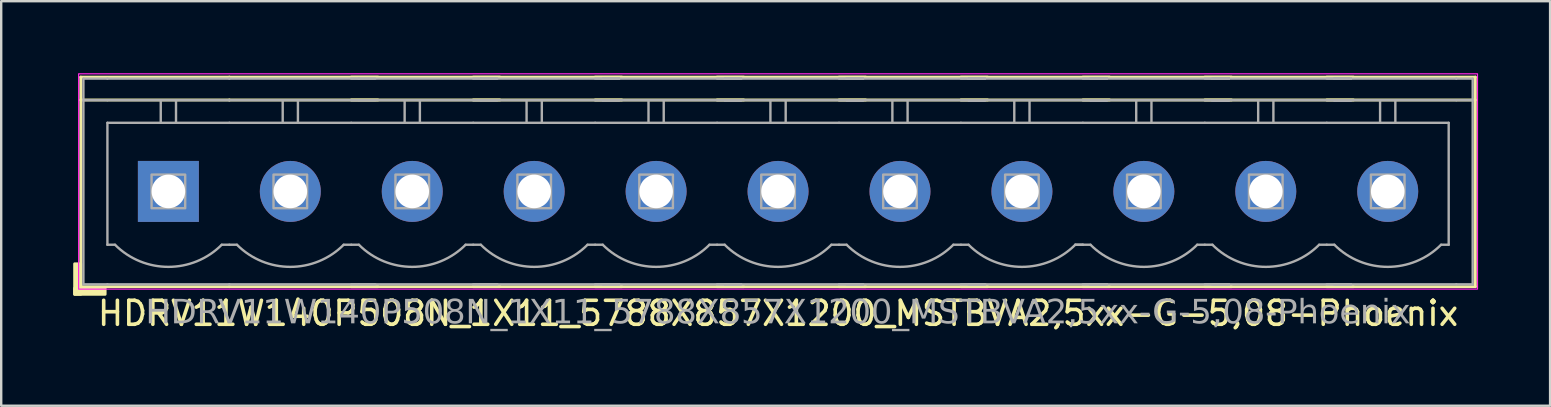
<source format=kicad_pcb>
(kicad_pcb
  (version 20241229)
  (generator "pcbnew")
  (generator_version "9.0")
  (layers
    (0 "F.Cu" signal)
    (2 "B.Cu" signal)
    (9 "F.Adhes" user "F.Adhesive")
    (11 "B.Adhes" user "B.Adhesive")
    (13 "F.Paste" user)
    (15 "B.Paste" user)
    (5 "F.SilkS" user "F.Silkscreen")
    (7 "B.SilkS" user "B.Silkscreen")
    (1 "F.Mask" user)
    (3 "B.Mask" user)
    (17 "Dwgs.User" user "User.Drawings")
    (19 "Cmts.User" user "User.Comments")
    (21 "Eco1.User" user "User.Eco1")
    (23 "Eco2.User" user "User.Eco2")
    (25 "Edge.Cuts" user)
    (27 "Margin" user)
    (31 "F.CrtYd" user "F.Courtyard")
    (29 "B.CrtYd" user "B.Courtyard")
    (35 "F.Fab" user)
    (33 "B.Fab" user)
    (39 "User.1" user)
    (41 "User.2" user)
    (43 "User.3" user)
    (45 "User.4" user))
  (footprint "HDRV11W140P508N_1X11_5788X857X1200_MSTBVA2,5xx-G-5,08-Phoenix"
    (layer "F.Cu")
    (at 29.365 4.925)
    (property "Reference" "HDRV11W140P508N_1X11_5788X857X1200_MSTBVA2,5xx-G-5,08-Phoenix" (at 0 5.08 0) (layer "F.SilkS") (effects (font (size 1 1) (thickness 0.15))))
    (attr through_hole)
    (fp_line (start -29.051 -4.763) (end -29.051 3.969) (stroke (width 0.12) (type solid)) (layer "F.SilkS"))
    (fp_line (start -29.051 -4.763) (end -22.86 -4.763) (stroke (width 0.12) (type solid)) (layer "F.SilkS"))
    (fp_line (start -29.051 -3.81) (end -22.86 -3.81) (stroke (width 0.12) (type solid)) (layer "F.SilkS"))
    (fp_line (start -29.051 3.969) (end -22.86 3.969) (stroke (width 0.12) (type solid)) (layer "F.SilkS"))
    (fp_line (start -16.669 -4.763) (end -22.86 -4.763) (stroke (width 0.12) (type solid)) (layer "F.SilkS"))
    (fp_line (start -16.669 -3.81) (end -22.86 -3.81) (stroke (width 0.12) (type solid)) (layer "F.SilkS"))
    (fp_line (start -16.669 3.969) (end -22.86 3.969) (stroke (width 0.12) (type solid)) (layer "F.SilkS"))
    (fp_line (start -11.589 -4.763) (end -17.78 -4.763) (stroke (width 0.12) (type solid)) (layer "F.SilkS"))
    (fp_line (start -11.589 -3.81) (end -17.78 -3.81) (stroke (width 0.12) (type solid)) (layer "F.SilkS"))
    (fp_line (start -11.589 3.969) (end -17.78 3.969) (stroke (width 0.12) (type solid)) (layer "F.SilkS"))
    (fp_line (start -6.509 -4.763) (end -12.7 -4.763) (stroke (width 0.12) (type solid)) (layer "F.SilkS"))
    (fp_line (start -6.509 -3.81) (end -12.7 -3.81) (stroke (width 0.12) (type solid)) (layer "F.SilkS"))
    (fp_line (start -6.509 3.969) (end -12.7 3.969) (stroke (width 0.12) (type solid)) (layer "F.SilkS"))
    (fp_line (start -1.429 -4.763) (end -7.62 -4.763) (stroke (width 0.12) (type solid)) (layer "F.SilkS"))
    (fp_line (start -1.429 -3.81) (end -7.62 -3.81) (stroke (width 0.12) (type solid)) (layer "F.SilkS"))
    (fp_line (start -1.429 3.969) (end -7.62 3.969) (stroke (width 0.12) (type solid)) (layer "F.SilkS"))
    (fp_line (start 3.651 -4.763) (end -2.54 -4.763) (stroke (width 0.12) (type solid)) (layer "F.SilkS"))
    (fp_line (start 3.651 -3.81) (end -2.54 -3.81) (stroke (width 0.12) (type solid)) (layer "F.SilkS"))
    (fp_line (start 3.651 3.969) (end -2.54 3.969) (stroke (width 0.12) (type solid)) (layer "F.SilkS"))
    (fp_line (start 8.731 -4.763) (end 2.54 -4.763) (stroke (width 0.12) (type solid)) (layer "F.SilkS"))
    (fp_line (start 8.731 -3.81) (end 2.54 -3.81) (stroke (width 0.12) (type solid)) (layer "F.SilkS"))
    (fp_line (start 8.731 3.969) (end 2.54 3.969) (stroke (width 0.12) (type solid)) (layer "F.SilkS"))
    (fp_line (start 13.811 -4.763) (end 7.62 -4.763) (stroke (width 0.12) (type solid)) (layer "F.SilkS"))
    (fp_line (start 13.811 -3.81) (end 7.62 -3.81) (stroke (width 0.12) (type solid)) (layer "F.SilkS"))
    (fp_line (start 13.811 3.969) (end 7.62 3.969) (stroke (width 0.12) (type solid)) (layer "F.SilkS"))
    (fp_line (start 18.891 -4.763) (end 12.7 -4.763) (stroke (width 0.12) (type solid)) (layer "F.SilkS"))
    (fp_line (start 18.891 -3.81) (end 12.7 -3.81) (stroke (width 0.12) (type solid)) (layer "F.SilkS"))
    (fp_line (start 18.891 3.969) (end 12.7 3.969) (stroke (width 0.12) (type solid)) (layer "F.SilkS"))
    (fp_line (start 23.971 -4.763) (end 17.78 -4.763) (stroke (width 0.12) (type solid)) (layer "F.SilkS"))
    (fp_line (start 23.971 -3.81) (end 17.78 -3.81) (stroke (width 0.12) (type solid)) (layer "F.SilkS"))
    (fp_line (start 23.971 3.969) (end 17.78 3.969) (stroke (width 0.12) (type solid)) (layer "F.SilkS"))
    (fp_line (start 29.051 -4.763) (end 22.86 -4.763) (stroke (width 0.12) (type solid)) (layer "F.SilkS"))
    (fp_line (start 29.051 -4.763) (end 29.051 3.969) (stroke (width 0.12) (type solid)) (layer "F.SilkS"))
    (fp_line (start 29.051 -3.81) (end 22.86 -3.81) (stroke (width 0.12) (type solid)) (layer "F.SilkS"))
    (fp_line (start 29.051 3.969) (end 22.86 3.969) (stroke (width 0.12) (type solid)) (layer "F.SilkS"))
    (fp_rect (start -29.051 3.016) (end -29.305 4.286) (stroke (width 0.12) (type solid)) (fill yes) (layer "F.SilkS"))
    (fp_rect (start -28.035 4.286) (end -29.305 4.032) (stroke (width 0.12) (type solid)) (fill yes) (layer "F.SilkS"))
    (fp_rect (start -29.14 -4.9) (end 29.14 4.07) (stroke (width 0.05) (type default)) (fill no) (layer "F.CrtYd"))
    (fp_line (start -28.94 -4.7) (end -28.94 3.87) (stroke (width 0.1) (type solid)) (layer "F.Fab"))
    (fp_line (start -28.94 -3.8) (end -27.94 -3.8) (stroke (width 0.1) (type solid)) (layer "F.Fab"))
    (fp_line (start -27.94 -4.7) (end -28.94 -4.7) (stroke (width 0.1) (type solid)) (layer "F.Fab"))
    (fp_line (start -27.94 -4.7) (end -22.86 -4.7) (stroke (width 0.1) (type solid)) (layer "F.Fab"))
    (fp_line (start -27.94 -2.858) (end -22.86 -2.858) (stroke (width 0.1) (type default)) (layer "F.Fab"))
    (fp_line (start -27.94 2.222) (end -27.94 -2.858) (stroke (width 0.1) (type default)) (layer "F.Fab"))
    (fp_line (start -27.94 3.87) (end -28.94 3.87) (stroke (width 0.1) (type solid)) (layer "F.Fab"))
    (fp_line (start -27.94 3.87) (end -22.86 3.87) (stroke (width 0.1) (type solid)) (layer "F.Fab"))
    (fp_line (start -27.622 2.222) (end -27.94 2.222) (stroke (width 0.1) (type default)) (layer "F.Fab"))
    (fp_line (start -25.718 -3.8) (end -25.718 -2.858) (stroke (width 0.1) (type default)) (layer "F.Fab"))
    (fp_line (start -25.082 -3.8) (end -25.082 -2.858) (stroke (width 0.1) (type default)) (layer "F.Fab"))
    (fp_line (start -22.86 -4.7) (end -17.462 -4.7) (stroke (width 0.1) (type solid)) (layer "F.Fab"))
    (fp_line (start -22.86 -3.8) (end -27.94 -3.8) (stroke (width 0.1) (type solid)) (layer "F.Fab"))
    (fp_line (start -22.86 -2.858) (end -17.78 -2.858) (stroke (width 0.1) (type default)) (layer "F.Fab"))
    (fp_line (start -22.86 2.222) (end -23.177 2.222) (stroke (width 0.1) (type default)) (layer "F.Fab"))
    (fp_line (start -22.86 3.87) (end -17.462 3.87) (stroke (width 0.1) (type solid)) (layer "F.Fab"))
    (fp_line (start -22.543 2.222) (end -22.86 2.222) (stroke (width 0.1) (type default)) (layer "F.Fab"))
    (fp_line (start -20.637 -3.8) (end -20.637 -2.858) (stroke (width 0.1) (type default)) (layer "F.Fab"))
    (fp_line (start -20.003 -3.8) (end -20.003 -2.858) (stroke (width 0.1) (type default)) (layer "F.Fab"))
    (fp_line (start -17.78 -4.7) (end -12.383 -4.7) (stroke (width 0.1) (type solid)) (layer "F.Fab"))
    (fp_line (start -17.78 -2.858) (end -12.7 -2.858) (stroke (width 0.1) (type default)) (layer "F.Fab"))
    (fp_line (start -17.78 2.222) (end -18.098 2.222) (stroke (width 0.1) (type default)) (layer "F.Fab"))
    (fp_line (start -17.78 3.87) (end -12.383 3.87) (stroke (width 0.1) (type solid)) (layer "F.Fab"))
    (fp_line (start -17.462 -4.7) (end -16.78 -4.7) (stroke (width 0.1) (type solid)) (layer "F.Fab"))
    (fp_line (start -17.462 -3.8) (end -22.86 -3.8) (stroke (width 0.1) (type solid)) (layer "F.Fab"))
    (fp_line (start -17.462 2.222) (end -17.78 2.222) (stroke (width 0.1) (type default)) (layer "F.Fab"))
    (fp_line (start -17.462 3.87) (end -16.78 3.87) (stroke (width 0.1) (type solid)) (layer "F.Fab"))
    (fp_line (start -16.78 -3.8) (end -17.462 -3.8) (stroke (width 0.1) (type solid)) (layer "F.Fab"))
    (fp_line (start -15.557 -3.8) (end -15.557 -2.858) (stroke (width 0.1) (type default)) (layer "F.Fab"))
    (fp_line (start -14.922 -3.8) (end -14.922 -2.858) (stroke (width 0.1) (type default)) (layer "F.Fab"))
    (fp_line (start -12.7 -4.7) (end -7.303 -4.7) (stroke (width 0.1) (type solid)) (layer "F.Fab"))
    (fp_line (start -12.7 -2.858) (end -7.62 -2.858) (stroke (width 0.1) (type default)) (layer "F.Fab"))
    (fp_line (start -12.7 2.222) (end -13.018 2.222) (stroke (width 0.1) (type default)) (layer "F.Fab"))
    (fp_line (start -12.7 3.87) (end -7.303 3.87) (stroke (width 0.1) (type solid)) (layer "F.Fab"))
    (fp_line (start -12.383 -4.7) (end -11.7 -4.7) (stroke (width 0.1) (type solid)) (layer "F.Fab"))
    (fp_line (start -12.383 -4.7) (end -11.7 -4.7) (stroke (width 0.1) (type solid)) (layer "F.Fab"))
    (fp_line (start -12.383 -3.8) (end -17.78 -3.8) (stroke (width 0.1) (type solid)) (layer "F.Fab"))
    (fp_line (start -12.383 2.222) (end -12.7 2.222) (stroke (width 0.1) (type default)) (layer "F.Fab"))
    (fp_line (start -12.383 3.87) (end -11.7 3.87) (stroke (width 0.1) (type solid)) (layer "F.Fab"))
    (fp_line (start -12.383 3.87) (end -11.7 3.87) (stroke (width 0.1) (type solid)) (layer "F.Fab"))
    (fp_line (start -11.7 -3.8) (end -12.383 -3.8) (stroke (width 0.1) (type solid)) (layer "F.Fab"))
    (fp_line (start -11.7 -3.8) (end -12.383 -3.8) (stroke (width 0.1) (type solid)) (layer "F.Fab"))
    (fp_line (start -10.477 -3.8) (end -10.477 -2.858) (stroke (width 0.1) (type default)) (layer "F.Fab"))
    (fp_line (start -9.842 -3.8) (end -9.842 -2.858) (stroke (width 0.1) (type default)) (layer "F.Fab"))
    (fp_line (start -7.62 -4.7) (end -2.223 -4.7) (stroke (width 0.1) (type solid)) (layer "F.Fab"))
    (fp_line (start -7.62 -2.858) (end -2.54 -2.858) (stroke (width 0.1) (type default)) (layer "F.Fab"))
    (fp_line (start -7.62 2.222) (end -7.938 2.222) (stroke (width 0.1) (type default)) (layer "F.Fab"))
    (fp_line (start -7.62 3.87) (end -2.223 3.87) (stroke (width 0.1) (type solid)) (layer "F.Fab"))
    (fp_line (start -7.303 -4.7) (end -6.62 -4.7) (stroke (width 0.1) (type solid)) (layer "F.Fab"))
    (fp_line (start -7.303 -4.7) (end -6.62 -4.7) (stroke (width 0.1) (type solid)) (layer "F.Fab"))
    (fp_line (start -7.303 -4.7) (end -6.62 -4.7) (stroke (width 0.1) (type solid)) (layer "F.Fab"))
    (fp_line (start -7.303 -3.8) (end -12.7 -3.8) (stroke (width 0.1) (type solid)) (layer "F.Fab"))
    (fp_line (start -7.303 2.222) (end -7.62 2.222) (stroke (width 0.1) (type default)) (layer "F.Fab"))
    (fp_line (start -7.303 3.87) (end -6.62 3.87) (stroke (width 0.1) (type solid)) (layer "F.Fab"))
    (fp_line (start -7.303 3.87) (end -6.62 3.87) (stroke (width 0.1) (type solid)) (layer "F.Fab"))
    (fp_line (start -7.303 3.87) (end -6.62 3.87) (stroke (width 0.1) (type solid)) (layer "F.Fab"))
    (fp_line (start -6.62 -3.8) (end -7.303 -3.8) (stroke (width 0.1) (type solid)) (layer "F.Fab"))
    (fp_line (start -6.62 -3.8) (end -7.303 -3.8) (stroke (width 0.1) (type solid)) (layer "F.Fab"))
    (fp_line (start -6.62 -3.8) (end -7.303 -3.8) (stroke (width 0.1) (type solid)) (layer "F.Fab"))
    (fp_line (start -5.397 -3.8) (end -5.397 -2.858) (stroke (width 0.1) (type default)) (layer "F.Fab"))
    (fp_line (start -4.763 -3.8) (end -4.763 -2.858) (stroke (width 0.1) (type default)) (layer "F.Fab"))
    (fp_line (start -2.54 -4.7) (end 2.857 -4.7) (stroke (width 0.1) (type solid)) (layer "F.Fab"))
    (fp_line (start -2.54 -2.858) (end 2.54 -2.858) (stroke (width 0.1) (type default)) (layer "F.Fab"))
    (fp_line (start -2.54 2.222) (end -2.857 2.222) (stroke (width 0.1) (type default)) (layer "F.Fab"))
    (fp_line (start -2.54 3.87) (end 2.857 3.87) (stroke (width 0.1) (type solid)) (layer "F.Fab"))
    (fp_line (start -2.223 -4.7) (end -1.54 -4.7) (stroke (width 0.1) (type solid)) (layer "F.Fab"))
    (fp_line (start -2.223 -4.7) (end -1.54 -4.7) (stroke (width 0.1) (type solid)) (layer "F.Fab"))
    (fp_line (start -2.223 -4.7) (end -1.54 -4.7) (stroke (width 0.1) (type solid)) (layer "F.Fab"))
    (fp_line (start -2.223 -4.7) (end -1.54 -4.7) (stroke (width 0.1) (type solid)) (layer "F.Fab"))
    (fp_line (start -2.223 -3.8) (end -7.62 -3.8) (stroke (width 0.1) (type solid)) (layer "F.Fab"))
    (fp_line (start -2.223 2.222) (end -2.54 2.222) (stroke (width 0.1) (type default)) (layer "F.Fab"))
    (fp_line (start -2.223 3.87) (end -1.54 3.87) (stroke (width 0.1) (type solid)) (layer "F.Fab"))
    (fp_line (start -2.223 3.87) (end -1.54 3.87) (stroke (width 0.1) (type solid)) (layer "F.Fab"))
    (fp_line (start -2.223 3.87) (end -1.54 3.87) (stroke (width 0.1) (type solid)) (layer "F.Fab"))
    (fp_line (start -2.223 3.87) (end -1.54 3.87) (stroke (width 0.1) (type solid)) (layer "F.Fab"))
    (fp_line (start -1.54 -3.8) (end -2.223 -3.8) (stroke (width 0.1) (type solid)) (layer "F.Fab"))
    (fp_line (start -1.54 -3.8) (end -2.223 -3.8) (stroke (width 0.1) (type solid)) (layer "F.Fab"))
    (fp_line (start -1.54 -3.8) (end -2.223 -3.8) (stroke (width 0.1) (type solid)) (layer "F.Fab"))
    (fp_line (start -1.54 -3.8) (end -2.223 -3.8) (stroke (width 0.1) (type solid)) (layer "F.Fab"))
    (fp_line (start -0.318 -3.8) (end -0.318 -2.858) (stroke (width 0.1) (type default)) (layer "F.Fab"))
    (fp_line (start 0.318 -3.8) (end 0.318 -2.858) (stroke (width 0.1) (type default)) (layer "F.Fab"))
    (fp_line (start 2.54 -4.7) (end 7.938 -4.7) (stroke (width 0.1) (type solid)) (layer "F.Fab"))
    (fp_line (start 2.54 -2.858) (end 7.62 -2.858) (stroke (width 0.1) (type default)) (layer "F.Fab"))
    (fp_line (start 2.54 2.222) (end 2.223 2.222) (stroke (width 0.1) (type default)) (layer "F.Fab"))
    (fp_line (start 2.54 3.87) (end 7.938 3.87) (stroke (width 0.1) (type solid)) (layer "F.Fab"))
    (fp_line (start 2.857 -4.7) (end 3.54 -4.7) (stroke (width 0.1) (type solid)) (layer "F.Fab"))
    (fp_line (start 2.857 -4.7) (end 3.54 -4.7) (stroke (width 0.1) (type solid)) (layer "F.Fab"))
    (fp_line (start 2.857 -4.7) (end 3.54 -4.7) (stroke (width 0.1) (type solid)) (layer "F.Fab"))
    (fp_line (start 2.857 -4.7) (end 3.54 -4.7) (stroke (width 0.1) (type solid)) (layer "F.Fab"))
    (fp_line (start 2.857 -4.7) (end 3.54 -4.7) (stroke (width 0.1) (type solid)) (layer "F.Fab"))
    (fp_line (start 2.857 -3.8) (end -2.54 -3.8) (stroke (width 0.1) (type solid)) (layer "F.Fab"))
    (fp_line (start 2.857 2.222) (end 2.54 2.222) (stroke (width 0.1) (type default)) (layer "F.Fab"))
    (fp_line (start 2.857 3.87) (end 3.54 3.87) (stroke (width 0.1) (type solid)) (layer "F.Fab"))
    (fp_line (start 2.857 3.87) (end 3.54 3.87) (stroke (width 0.1) (type solid)) (layer "F.Fab"))
    (fp_line (start 2.857 3.87) (end 3.54 3.87) (stroke (width 0.1) (type solid)) (layer "F.Fab"))
    (fp_line (start 2.857 3.87) (end 3.54 3.87) (stroke (width 0.1) (type solid)) (layer "F.Fab"))
    (fp_line (start 2.857 3.87) (end 3.54 3.87) (stroke (width 0.1) (type solid)) (layer "F.Fab"))
    (fp_line (start 3.54 -3.8) (end 2.857 -3.8) (stroke (width 0.1) (type solid)) (layer "F.Fab"))
    (fp_line (start 3.54 -3.8) (end 2.857 -3.8) (stroke (width 0.1) (type solid)) (layer "F.Fab"))
    (fp_line (start 3.54 -3.8) (end 2.857 -3.8) (stroke (width 0.1) (type solid)) (layer "F.Fab"))
    (fp_line (start 3.54 -3.8) (end 2.857 -3.8) (stroke (width 0.1) (type solid)) (layer "F.Fab"))
    (fp_line (start 3.54 -3.8) (end 2.857 -3.8) (stroke (width 0.1) (type solid)) (layer "F.Fab"))
    (fp_line (start 4.763 -3.8) (end 4.763 -2.858) (stroke (width 0.1) (type default)) (layer "F.Fab"))
    (fp_line (start 5.397 -3.8) (end 5.397 -2.858) (stroke (width 0.1) (type default)) (layer "F.Fab"))
    (fp_line (start 7.62 -4.7) (end 13.018 -4.7) (stroke (width 0.1) (type solid)) (layer "F.Fab"))
    (fp_line (start 7.62 -2.858) (end 12.7 -2.858) (stroke (width 0.1) (type default)) (layer "F.Fab"))
    (fp_line (start 7.62 2.222) (end 7.303 2.222) (stroke (width 0.1) (type default)) (layer "F.Fab"))
    (fp_line (start 7.62 3.87) (end 13.018 3.87) (stroke (width 0.1) (type solid)) (layer "F.Fab"))
    (fp_line (start 7.938 -4.7) (end 8.62 -4.7) (stroke (width 0.1) (type solid)) (layer "F.Fab"))
    (fp_line (start 7.938 -4.7) (end 8.62 -4.7) (stroke (width 0.1) (type solid)) (layer "F.Fab"))
    (fp_line (start 7.938 -4.7) (end 8.62 -4.7) (stroke (width 0.1) (type solid)) (layer "F.Fab"))
    (fp_line (start 7.938 -4.7) (end 8.62 -4.7) (stroke (width 0.1) (type solid)) (layer "F.Fab"))
    (fp_line (start 7.938 -4.7) (end 8.62 -4.7) (stroke (width 0.1) (type solid)) (layer "F.Fab"))
    (fp_line (start 7.938 -4.7) (end 8.62 -4.7) (stroke (width 0.1) (type solid)) (layer "F.Fab"))
    (fp_line (start 7.938 -3.8) (end 2.54 -3.8) (stroke (width 0.1) (type solid)) (layer "F.Fab"))
    (fp_line (start 7.938 2.222) (end 7.62 2.222) (stroke (width 0.1) (type default)) (layer "F.Fab"))
    (fp_line (start 7.938 3.87) (end 8.62 3.87) (stroke (width 0.1) (type solid)) (layer "F.Fab"))
    (fp_line (start 7.938 3.87) (end 8.62 3.87) (stroke (width 0.1) (type solid)) (layer "F.Fab"))
    (fp_line (start 7.938 3.87) (end 8.62 3.87) (stroke (width 0.1) (type solid)) (layer "F.Fab"))
    (fp_line (start 7.938 3.87) (end 8.62 3.87) (stroke (width 0.1) (type solid)) (layer "F.Fab"))
    (fp_line (start 7.938 3.87) (end 8.62 3.87) (stroke (width 0.1) (type solid)) (layer "F.Fab"))
    (fp_line (start 7.938 3.87) (end 8.62 3.87) (stroke (width 0.1) (type solid)) (layer "F.Fab"))
    (fp_line (start 8.62 -3.8) (end 7.938 -3.8) (stroke (width 0.1) (type solid)) (layer "F.Fab"))
    (fp_line (start 8.62 -3.8) (end 7.938 -3.8) (stroke (width 0.1) (type solid)) (layer "F.Fab"))
    (fp_line (start 8.62 -3.8) (end 7.938 -3.8) (stroke (width 0.1) (type solid)) (layer "F.Fab"))
    (fp_line (start 8.62 -3.8) (end 7.938 -3.8) (stroke (width 0.1) (type solid)) (layer "F.Fab"))
    (fp_line (start 8.62 -3.8) (end 7.938 -3.8) (stroke (width 0.1) (type solid)) (layer "F.Fab"))
    (fp_line (start 8.62 -3.8) (end 7.938 -3.8) (stroke (width 0.1) (type solid)) (layer "F.Fab"))
    (fp_line (start 9.842 -3.8) (end 9.842 -2.858) (stroke (width 0.1) (type default)) (layer "F.Fab"))
    (fp_line (start 10.477 -3.8) (end 10.477 -2.858) (stroke (width 0.1) (type default)) (layer "F.Fab"))
    (fp_line (start 12.7 -4.7) (end 18.098 -4.7) (stroke (width 0.1) (type solid)) (layer "F.Fab"))
    (fp_line (start 12.7 -2.858) (end 17.78 -2.858) (stroke (width 0.1) (type default)) (layer "F.Fab"))
    (fp_line (start 12.7 2.222) (end 12.383 2.222) (stroke (width 0.1) (type default)) (layer "F.Fab"))
    (fp_line (start 12.7 2.222) (end 12.383 2.222) (stroke (width 0.1) (type default)) (layer "F.Fab"))
    (fp_line (start 12.7 3.87) (end 18.098 3.87) (stroke (width 0.1) (type solid)) (layer "F.Fab"))
    (fp_line (start 13.018 -4.7) (end 13.7 -4.7) (stroke (width 0.1) (type solid)) (layer "F.Fab"))
    (fp_line (start 13.018 -4.7) (end 13.7 -4.7) (stroke (width 0.1) (type solid)) (layer "F.Fab"))
    (fp_line (start 13.018 -4.7) (end 13.7 -4.7) (stroke (width 0.1) (type solid)) (layer "F.Fab"))
    (fp_line (start 13.018 -4.7) (end 13.7 -4.7) (stroke (width 0.1) (type solid)) (layer "F.Fab"))
    (fp_line (start 13.018 -4.7) (end 13.7 -4.7) (stroke (width 0.1) (type solid)) (layer "F.Fab"))
    (fp_line (start 13.018 -4.7) (end 13.7 -4.7) (stroke (width 0.1) (type solid)) (layer "F.Fab"))
    (fp_line (start 13.018 -4.7) (end 13.7 -4.7) (stroke (width 0.1) (type solid)) (layer "F.Fab"))
    (fp_line (start 13.018 -3.8) (end 7.62 -3.8) (stroke (width 0.1) (type solid)) (layer "F.Fab"))
    (fp_line (start 13.018 2.222) (end 12.7 2.222) (stroke (width 0.1) (type default)) (layer "F.Fab"))
    (fp_line (start 13.018 3.87) (end 13.7 3.87) (stroke (width 0.1) (type solid)) (layer "F.Fab"))
    (fp_line (start 13.018 3.87) (end 13.7 3.87) (stroke (width 0.1) (type solid)) (layer "F.Fab"))
    (fp_line (start 13.018 3.87) (end 13.7 3.87) (stroke (width 0.1) (type solid)) (layer "F.Fab"))
    (fp_line (start 13.018 3.87) (end 13.7 3.87) (stroke (width 0.1) (type solid)) (layer "F.Fab"))
    (fp_line (start 13.018 3.87) (end 13.7 3.87) (stroke (width 0.1) (type solid)) (layer "F.Fab"))
    (fp_line (start 13.018 3.87) (end 13.7 3.87) (stroke (width 0.1) (type solid)) (layer "F.Fab"))
    (fp_line (start 13.018 3.87) (end 13.7 3.87) (stroke (width 0.1) (type solid)) (layer "F.Fab"))
    (fp_line (start 13.7 -3.8) (end 13.018 -3.8) (stroke (width 0.1) (type solid)) (layer "F.Fab"))
    (fp_line (start 13.7 -3.8) (end 13.018 -3.8) (stroke (width 0.1) (type solid)) (layer "F.Fab"))
    (fp_line (start 13.7 -3.8) (end 13.018 -3.8) (stroke (width 0.1) (type solid)) (layer "F.Fab"))
    (fp_line (start 13.7 -3.8) (end 13.018 -3.8) (stroke (width 0.1) (type solid)) (layer "F.Fab"))
    (fp_line (start 13.7 -3.8) (end 13.018 -3.8) (stroke (width 0.1) (type solid)) (layer "F.Fab"))
    (fp_line (start 13.7 -3.8) (end 13.018 -3.8) (stroke (width 0.1) (type solid)) (layer "F.Fab"))
    (fp_line (start 13.7 -3.8) (end 13.018 -3.8) (stroke (width 0.1) (type solid)) (layer "F.Fab"))
    (fp_line (start 14.922 -3.8) (end 14.922 -2.858) (stroke (width 0.1) (type default)) (layer "F.Fab"))
    (fp_line (start 15.557 -3.8) (end 15.557 -2.858) (stroke (width 0.1) (type default)) (layer "F.Fab"))
    (fp_line (start 17.78 -4.7) (end 23.177 -4.7) (stroke (width 0.1) (type solid)) (layer "F.Fab"))
    (fp_line (start 17.78 -2.858) (end 22.86 -2.858) (stroke (width 0.1) (type default)) (layer "F.Fab"))
    (fp_line (start 17.78 2.222) (end 17.462 2.222) (stroke (width 0.1) (type default)) (layer "F.Fab"))
    (fp_line (start 17.78 3.87) (end 23.177 3.87) (stroke (width 0.1) (type solid)) (layer "F.Fab"))
    (fp_line (start 18.098 -4.7) (end 18.78 -4.7) (stroke (width 0.1) (type solid)) (layer "F.Fab"))
    (fp_line (start 18.098 -4.7) (end 18.78 -4.7) (stroke (width 0.1) (type solid)) (layer "F.Fab"))
    (fp_line (start 18.098 -4.7) (end 18.78 -4.7) (stroke (width 0.1) (type solid)) (layer "F.Fab"))
    (fp_line (start 18.098 -4.7) (end 18.78 -4.7) (stroke (width 0.1) (type solid)) (layer "F.Fab"))
    (fp_line (start 18.098 -4.7) (end 18.78 -4.7) (stroke (width 0.1) (type solid)) (layer "F.Fab"))
    (fp_line (start 18.098 -4.7) (end 18.78 -4.7) (stroke (width 0.1) (type solid)) (layer "F.Fab"))
    (fp_line (start 18.098 -4.7) (end 18.78 -4.7) (stroke (width 0.1) (type solid)) (layer "F.Fab"))
    (fp_line (start 18.098 -4.7) (end 18.78 -4.7) (stroke (width 0.1) (type solid)) (layer "F.Fab"))
    (fp_line (start 18.098 -3.8) (end 12.7 -3.8) (stroke (width 0.1) (type solid)) (layer "F.Fab"))
    (fp_line (start 18.098 2.222) (end 17.78 2.222) (stroke (width 0.1) (type default)) (layer "F.Fab"))
    (fp_line (start 18.098 3.87) (end 18.78 3.87) (stroke (width 0.1) (type solid)) (layer "F.Fab"))
    (fp_line (start 18.098 3.87) (end 18.78 3.87) (stroke (width 0.1) (type solid)) (layer "F.Fab"))
    (fp_line (start 18.098 3.87) (end 18.78 3.87) (stroke (width 0.1) (type solid)) (layer "F.Fab"))
    (fp_line (start 18.098 3.87) (end 18.78 3.87) (stroke (width 0.1) (type solid)) (layer "F.Fab"))
    (fp_line (start 18.098 3.87) (end 18.78 3.87) (stroke (width 0.1) (type solid)) (layer "F.Fab"))
    (fp_line (start 18.098 3.87) (end 18.78 3.87) (stroke (width 0.1) (type solid)) (layer "F.Fab"))
    (fp_line (start 18.098 3.87) (end 18.78 3.87) (stroke (width 0.1) (type solid)) (layer "F.Fab"))
    (fp_line (start 18.098 3.87) (end 18.78 3.87) (stroke (width 0.1) (type solid)) (layer "F.Fab"))
    (fp_line (start 18.78 -3.8) (end 18.098 -3.8) (stroke (width 0.1) (type solid)) (layer "F.Fab"))
    (fp_line (start 18.78 -3.8) (end 18.098 -3.8) (stroke (width 0.1) (type solid)) (layer "F.Fab"))
    (fp_line (start 18.78 -3.8) (end 18.098 -3.8) (stroke (width 0.1) (type solid)) (layer "F.Fab"))
    (fp_line (start 18.78 -3.8) (end 18.098 -3.8) (stroke (width 0.1) (type solid)) (layer "F.Fab"))
    (fp_line (start 18.78 -3.8) (end 18.098 -3.8) (stroke (width 0.1) (type solid)) (layer "F.Fab"))
    (fp_line (start 18.78 -3.8) (end 18.098 -3.8) (stroke (width 0.1) (type solid)) (layer "F.Fab"))
    (fp_line (start 18.78 -3.8) (end 18.098 -3.8) (stroke (width 0.1) (type solid)) (layer "F.Fab"))
    (fp_line (start 18.78 -3.8) (end 18.098 -3.8) (stroke (width 0.1) (type solid)) (layer "F.Fab"))
    (fp_line (start 20.003 -3.8) (end 20.003 -2.858) (stroke (width 0.1) (type default)) (layer "F.Fab"))
    (fp_line (start 20.637 -3.8) (end 20.637 -2.858) (stroke (width 0.1) (type default)) (layer "F.Fab"))
    (fp_line (start 22.86 -4.7) (end 28.258 -4.7) (stroke (width 0.1) (type solid)) (layer "F.Fab"))
    (fp_line (start 22.86 -2.858) (end 27.94 -2.858) (stroke (width 0.1) (type default)) (layer "F.Fab"))
    (fp_line (start 22.86 2.222) (end 22.543 2.222) (stroke (width 0.1) (type default)) (layer "F.Fab"))
    (fp_line (start 22.86 3.87) (end 28.258 3.87) (stroke (width 0.1) (type solid)) (layer "F.Fab"))
    (fp_line (start 23.177 -4.7) (end 23.86 -4.7) (stroke (width 0.1) (type solid)) (layer "F.Fab"))
    (fp_line (start 23.177 -4.7) (end 23.86 -4.7) (stroke (width 0.1) (type solid)) (layer "F.Fab"))
    (fp_line (start 23.177 -4.7) (end 23.86 -4.7) (stroke (width 0.1) (type solid)) (layer "F.Fab"))
    (fp_line (start 23.177 -4.7) (end 23.86 -4.7) (stroke (width 0.1) (type solid)) (layer "F.Fab"))
    (fp_line (start 23.177 -4.7) (end 23.86 -4.7) (stroke (width 0.1) (type solid)) (layer "F.Fab"))
    (fp_line (start 23.177 -4.7) (end 23.86 -4.7) (stroke (width 0.1) (type solid)) (layer "F.Fab"))
    (fp_line (start 23.177 -4.7) (end 23.86 -4.7) (stroke (width 0.1) (type solid)) (layer "F.Fab"))
    (fp_line (start 23.177 -4.7) (end 23.86 -4.7) (stroke (width 0.1) (type solid)) (layer "F.Fab"))
    (fp_line (start 23.177 -4.7) (end 23.86 -4.7) (stroke (width 0.1) (type solid)) (layer "F.Fab"))
    (fp_line (start 23.177 -3.8) (end 17.78 -3.8) (stroke (width 0.1) (type solid)) (layer "F.Fab"))
    (fp_line (start 23.177 2.222) (end 22.86 2.222) (stroke (width 0.1) (type default)) (layer "F.Fab"))
    (fp_line (start 23.177 3.87) (end 23.86 3.87) (stroke (width 0.1) (type solid)) (layer "F.Fab"))
    (fp_line (start 23.177 3.87) (end 23.86 3.87) (stroke (width 0.1) (type solid)) (layer "F.Fab"))
    (fp_line (start 23.177 3.87) (end 23.86 3.87) (stroke (width 0.1) (type solid)) (layer "F.Fab"))
    (fp_line (start 23.177 3.87) (end 23.86 3.87) (stroke (width 0.1) (type solid)) (layer "F.Fab"))
    (fp_line (start 23.177 3.87) (end 23.86 3.87) (stroke (width 0.1) (type solid)) (layer "F.Fab"))
    (fp_line (start 23.177 3.87) (end 23.86 3.87) (stroke (width 0.1) (type solid)) (layer "F.Fab"))
    (fp_line (start 23.177 3.87) (end 23.86 3.87) (stroke (width 0.1) (type solid)) (layer "F.Fab"))
    (fp_line (start 23.177 3.87) (end 23.86 3.87) (stroke (width 0.1) (type solid)) (layer "F.Fab"))
    (fp_line (start 23.177 3.87) (end 23.86 3.87) (stroke (width 0.1) (type solid)) (layer "F.Fab"))
    (fp_line (start 23.86 -3.8) (end 23.177 -3.8) (stroke (width 0.1) (type solid)) (layer "F.Fab"))
    (fp_line (start 23.86 -3.8) (end 23.177 -3.8) (stroke (width 0.1) (type solid)) (layer "F.Fab"))
    (fp_line (start 23.86 -3.8) (end 23.177 -3.8) (stroke (width 0.1) (type solid)) (layer "F.Fab"))
    (fp_line (start 23.86 -3.8) (end 23.177 -3.8) (stroke (width 0.1) (type solid)) (layer "F.Fab"))
    (fp_line (start 23.86 -3.8) (end 23.177 -3.8) (stroke (width 0.1) (type solid)) (layer "F.Fab"))
    (fp_line (start 23.86 -3.8) (end 23.177 -3.8) (stroke (width 0.1) (type solid)) (layer "F.Fab"))
    (fp_line (start 23.86 -3.8) (end 23.177 -3.8) (stroke (width 0.1) (type solid)) (layer "F.Fab"))
    (fp_line (start 23.86 -3.8) (end 23.177 -3.8) (stroke (width 0.1) (type solid)) (layer "F.Fab"))
    (fp_line (start 23.86 -3.8) (end 23.177 -3.8) (stroke (width 0.1) (type solid)) (layer "F.Fab"))
    (fp_line (start 25.082 -3.8) (end 25.082 -2.858) (stroke (width 0.1) (type default)) (layer "F.Fab"))
    (fp_line (start 25.718 -3.8) (end 25.718 -2.858) (stroke (width 0.1) (type default)) (layer "F.Fab"))
    (fp_line (start 27.94 2.222) (end 27.622 2.222) (stroke (width 0.1) (type default)) (layer "F.Fab"))
    (fp_line (start 27.94 2.222) (end 27.94 -2.858) (stroke (width 0.1) (type default)) (layer "F.Fab"))
    (fp_line (start 28.258 -4.7) (end 28.94 -4.7) (stroke (width 0.1) (type solid)) (layer "F.Fab"))
    (fp_line (start 28.258 -3.8) (end 22.86 -3.8) (stroke (width 0.1) (type solid)) (layer "F.Fab"))
    (fp_line (start 28.258 3.87) (end 28.94 3.87) (stroke (width 0.1) (type solid)) (layer "F.Fab"))
    (fp_line (start 28.94 -4.7) (end 28.94 3.87) (stroke (width 0.1) (type solid)) (layer "F.Fab"))
    (fp_line (start 28.94 -3.8) (end 28.258 -3.8) (stroke (width 0.1) (type solid)) (layer "F.Fab"))
    (fp_rect (start -24.7 -0.7) (end -26.1 0.7) (stroke (width 0.1) (type solid)) (fill no) (layer "F.Fab"))
    (fp_rect (start -19.62 -0.7) (end -21.02 0.7) (stroke (width 0.1) (type solid)) (fill no) (layer "F.Fab"))
    (fp_rect (start -14.54 -0.7) (end -15.94 0.7) (stroke (width 0.1) (type solid)) (fill no) (layer "F.Fab"))
    (fp_rect (start -9.46 -0.7) (end -10.86 0.7) (stroke (width 0.1) (type solid)) (fill no) (layer "F.Fab"))
    (fp_rect (start -4.38 -0.7) (end -5.78 0.7) (stroke (width 0.1) (type solid)) (fill no) (layer "F.Fab"))
    (fp_rect (start 0.7 -0.7) (end -0.7 0.7) (stroke (width 0.1) (type solid)) (fill no) (layer "F.Fab"))
    (fp_rect (start 5.78 -0.7) (end 4.38 0.7) (stroke (width 0.1) (type solid)) (fill no) (layer "F.Fab"))
    (fp_rect (start 10.86 -0.7) (end 9.46 0.7) (stroke (width 0.1) (type solid)) (fill no) (layer "F.Fab"))
    (fp_rect (start 15.94 -0.7) (end 14.54 0.7) (stroke (width 0.1) (type solid)) (fill no) (layer "F.Fab"))
    (fp_rect (start 21.02 -0.7) (end 19.62 0.7) (stroke (width 0.1) (type solid)) (fill no) (layer "F.Fab"))
    (fp_rect (start 26.1 -0.7) (end 24.7 0.7) (stroke (width 0.1) (type solid)) (fill no) (layer "F.Fab"))
    (fp_arc (start -23.1775 2.222484) (mid -25.4 3.143076) (end -27.6225 2.222484) (stroke (width 0.1) (type default)) (layer "F.Fab"))
    (fp_arc (start -18.0975 2.222484) (mid -20.32 3.143076) (end -22.5425 2.222484) (stroke (width 0.1) (type default)) (layer "F.Fab"))
    (fp_arc (start -13.0175 2.222476) (mid -15.24 3.143068) (end -17.4625 2.222476) (stroke (width 0.1) (type default)) (layer "F.Fab"))
    (fp_arc (start -7.9375 2.222492) (mid -10.16 3.143084) (end -12.3825 2.222492) (stroke (width 0.1) (type default)) (layer "F.Fab"))
    (fp_arc (start -2.8575 2.222492) (mid -5.08 3.143084) (end -7.3025 2.222492) (stroke (width 0.1) (type default)) (layer "F.Fab"))
    (fp_arc (start 2.2225 2.222492) (mid 0 3.143084) (end -2.2225 2.222492) (stroke (width 0.1) (type default)) (layer "F.Fab"))
    (fp_arc (start 7.3025 2.222492) (mid 5.08 3.143084) (end 2.8575 2.222492) (stroke (width 0.1) (type default)) (layer "F.Fab"))
    (fp_arc (start 12.3825 2.222492) (mid 10.16 3.143084) (end 7.9375 2.222492) (stroke (width 0.1) (type default)) (layer "F.Fab"))
    (fp_arc (start 17.4625 2.222492) (mid 15.24 3.143084) (end 13.0175 2.222492) (stroke (width 0.1) (type default)) (layer "F.Fab"))
    (fp_arc (start 22.5425 2.222492) (mid 20.32 3.143084) (end 18.0975 2.222492) (stroke (width 0.1) (type default)) (layer "F.Fab"))
    (fp_arc (start 27.6225 2.222492) (mid 25.4 3.143084) (end 23.1775 2.222492) (stroke (width 0.1) (type default)) (layer "F.Fab"))
    (fp_text user "${REFERENCE}" (at 0 5.08 0) (layer "F.Fab") (effects (font (face "Tahoma") (size 1 1) (thickness 0.15))))
    (pad "1" thru_hole rect (at -25.4 -0.000016) (size 2.54 2.54) (drill 1.4) (layers "*.Cu" "*.Mask"))
    (pad "2" thru_hole circle (at -20.32 -0.000016) (size 2.54 2.54) (drill 1.4) (layers "*.Cu" "*.Mask"))
    (pad "3" thru_hole circle (at -15.24 -0.000024) (size 2.54 2.54) (drill 1.4) (layers "*.Cu" "*.Mask"))
    (pad "4" thru_hole circle (at -10.16 -0.000008) (size 2.54 2.54) (drill 1.4) (layers "*.Cu" "*.Mask"))
    (pad "5" thru_hole circle (at -5.08 -0.000008) (size 2.54 2.54) (drill 1.4) (layers "*.Cu" "*.Mask"))
    (pad "6" thru_hole circle (at 0 -0.000008) (size 2.54 2.54) (drill 1.4) (layers "*.Cu" "*.Mask"))
    (pad "7" thru_hole circle (at 5.08 -0.000008) (size 2.54 2.54) (drill 1.4) (layers "*.Cu" "*.Mask"))
    (pad "8" thru_hole circle (at 10.16 -0.000008) (size 2.54 2.54) (drill 1.4) (layers "*.Cu" "*.Mask"))
    (pad "9" thru_hole circle (at 15.24 -0.000008) (size 2.54 2.54) (drill 1.4) (layers "*.Cu" "*.Mask"))
    (pad "10" thru_hole circle (at 20.32 -0.000008) (size 2.54 2.54) (drill 1.4) (layers "*.Cu" "*.Mask"))
    (pad "11" thru_hole circle (at 25.4 -0.000008) (size 2.54 2.54) (drill 1.4) (layers "*.Cu" "*.Mask")))
  (gr_rect
    (start -3 -3)
    (end 61.53 13.853)
    (stroke (width 0.1) (type default))
    (fill no)
    (layer "Edge.Cuts")))
</source>
